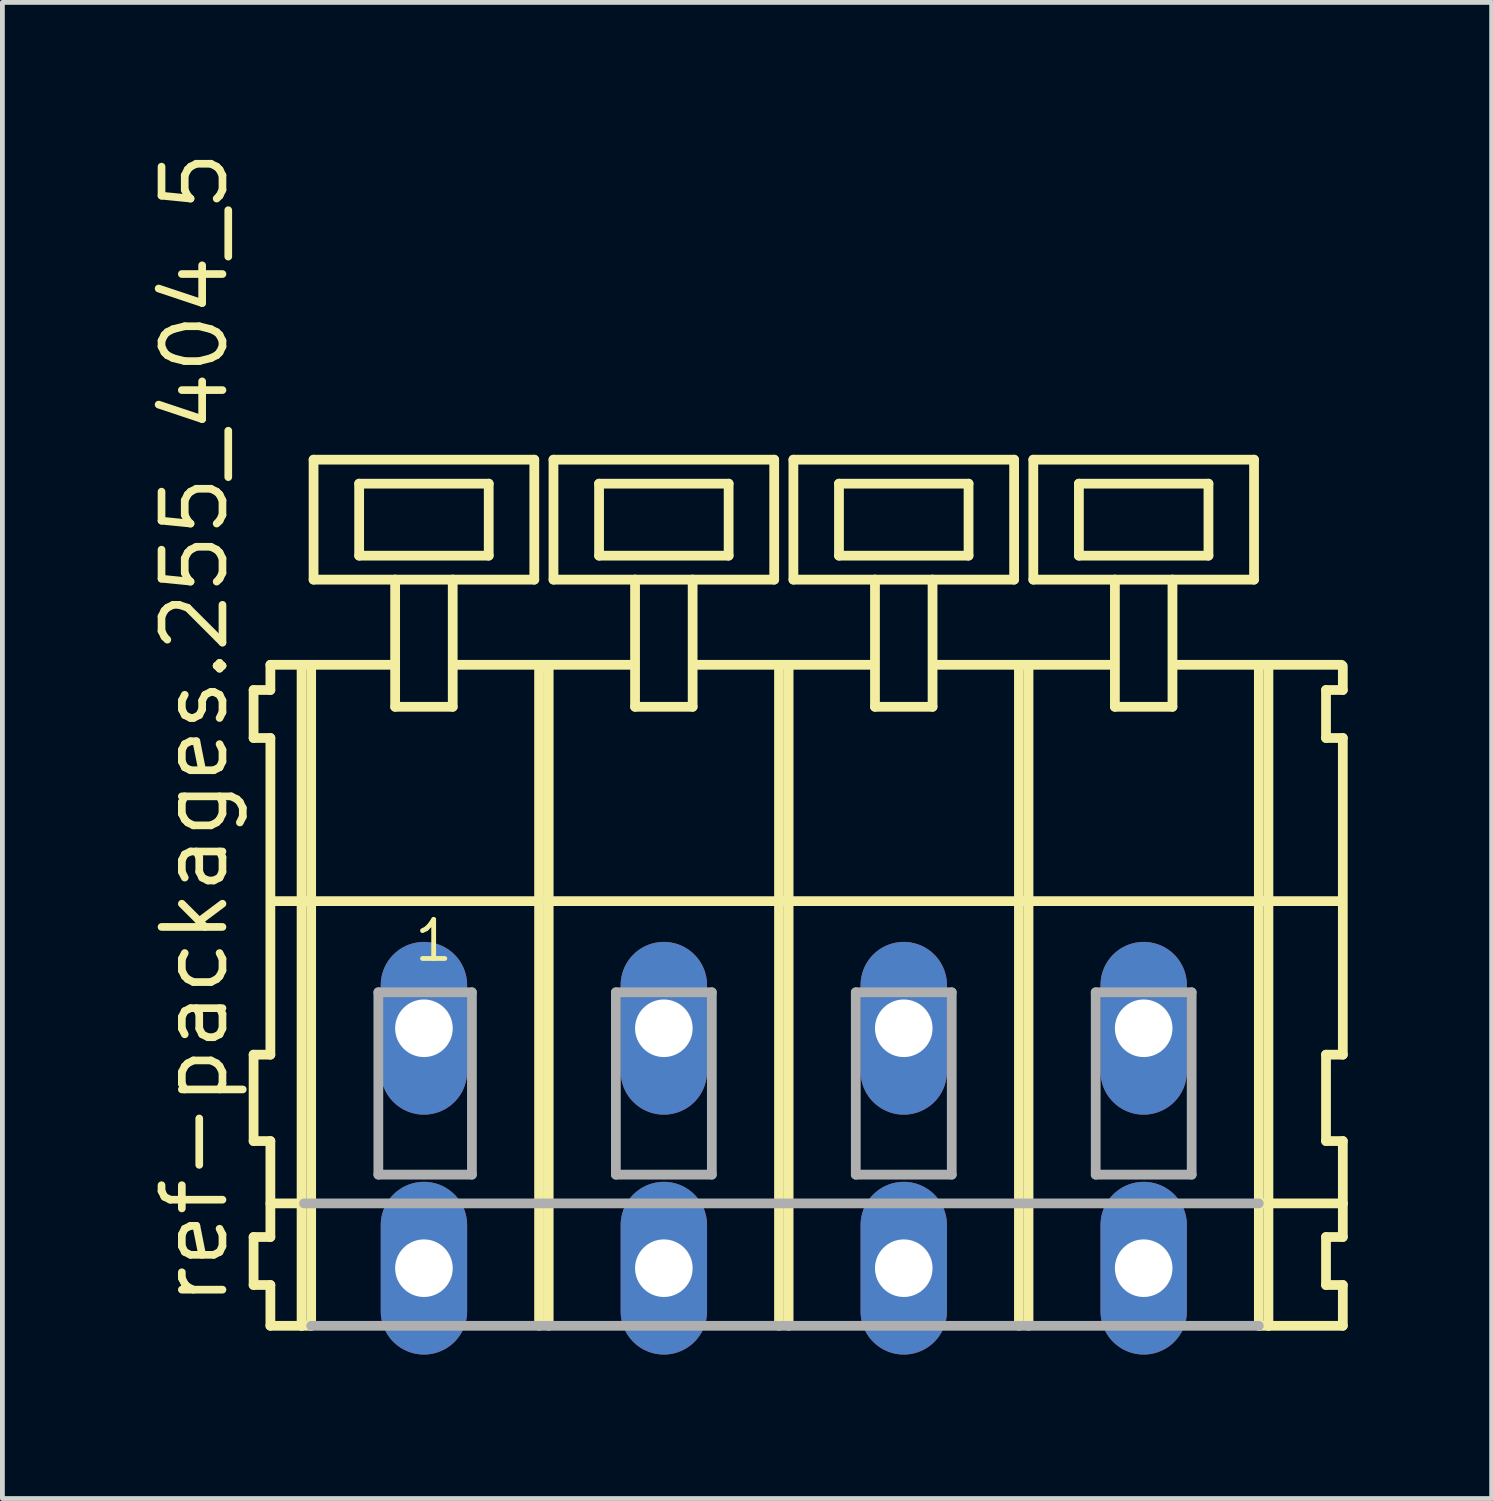
<source format=kicad_pcb>
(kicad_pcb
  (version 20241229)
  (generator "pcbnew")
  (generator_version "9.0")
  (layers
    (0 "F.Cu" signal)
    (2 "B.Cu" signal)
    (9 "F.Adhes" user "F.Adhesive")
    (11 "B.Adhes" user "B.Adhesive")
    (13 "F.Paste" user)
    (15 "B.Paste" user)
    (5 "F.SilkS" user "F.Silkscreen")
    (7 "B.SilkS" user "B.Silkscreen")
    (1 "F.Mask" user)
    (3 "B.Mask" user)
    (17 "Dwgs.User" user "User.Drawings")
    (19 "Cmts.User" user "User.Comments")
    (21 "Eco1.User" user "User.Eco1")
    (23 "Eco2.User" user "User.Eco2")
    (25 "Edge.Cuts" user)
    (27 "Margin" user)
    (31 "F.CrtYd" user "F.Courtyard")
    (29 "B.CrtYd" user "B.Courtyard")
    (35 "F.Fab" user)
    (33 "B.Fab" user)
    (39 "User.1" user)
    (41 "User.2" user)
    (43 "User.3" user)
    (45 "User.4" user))
  (footprint "ref-packages.255_404_5"
    (layer "F.Cu")
    (at 13.285 18.38)
    (property "Reference" "ref-packages.255_404_5" (at -11.535 5.855 90) (layer "F.SilkS") (effects (font (size 1.27 1.27) (thickness 0.16)) (justify left bottom)))
    (attr through_hole)
    (fp_line (start -11.05 -7.05) (end -11.05 -6.05) (stroke (width 0.203) (type default)) (layer "F.SilkS"))
    (fp_line (start -11.05 -6.05) (end -10.7 -6.05) (stroke (width 0.203) (type default)) (layer "F.SilkS"))
    (fp_line (start -11.05 0.55) (end -11.05 2.35) (stroke (width 0.203) (type default)) (layer "F.SilkS"))
    (fp_line (start -11.05 2.35) (end -10.7 2.35) (stroke (width 0.203) (type default)) (layer "F.SilkS"))
    (fp_line (start -11.05 4.35) (end -11.05 5.35) (stroke (width 0.203) (type default)) (layer "F.SilkS"))
    (fp_line (start -11.05 5.35) (end -10.7 5.35) (stroke (width 0.203) (type default)) (layer "F.SilkS"))
    (fp_line (start -10.7 -7.575) (end -10.7 -7.05) (stroke (width 0.203) (type default)) (layer "F.SilkS"))
    (fp_line (start -10.7 -7.575) (end -8.125 -7.575) (stroke (width 0.203) (type default)) (layer "F.SilkS"))
    (fp_line (start -10.7 -7.05) (end -11.05 -7.05) (stroke (width 0.203) (type default)) (layer "F.SilkS"))
    (fp_line (start -10.7 -6.05) (end -10.7 0.55) (stroke (width 0.203) (type default)) (layer "F.SilkS"))
    (fp_line (start -10.7 0.55) (end -11.05 0.55) (stroke (width 0.203) (type default)) (layer "F.SilkS"))
    (fp_line (start -10.7 2.35) (end -10.7 4.35) (stroke (width 0.203) (type default)) (layer "F.SilkS"))
    (fp_line (start -10.7 3.65) (end -10 3.65) (stroke (width 0.203) (type default)) (layer "F.SilkS"))
    (fp_line (start -10.7 4.35) (end -11.05 4.35) (stroke (width 0.203) (type default)) (layer "F.SilkS"))
    (fp_line (start -10.7 5.35) (end -10.7 6.2) (stroke (width 0.203) (type default)) (layer "F.SilkS"))
    (fp_line (start -10.7 6.2) (end -10.05 6.2) (stroke (width 0.203) (type default)) (layer "F.SilkS"))
    (fp_line (start -10.65 -2.65) (end -5.1 -2.65) (stroke (width 0.203) (type default)) (layer "F.SilkS"))
    (fp_line (start -10.05 -7.55) (end -10.05 6.2) (stroke (width 0.203) (type default)) (layer "F.SilkS"))
    (fp_line (start -10.05 6.2) (end -9.85 6.2) (stroke (width 0.203) (type default)) (layer "F.SilkS"))
    (fp_line (start -9.85 -7.55) (end -9.85 6.2) (stroke (width 0.203) (type default)) (layer "F.SilkS"))
    (fp_line (start -9.8 -11.85) (end -9.8 -9.35) (stroke (width 0.203) (type default)) (layer "F.SilkS"))
    (fp_line (start -9.8 -9.35) (end -8.1 -9.35) (stroke (width 0.203) (type default)) (layer "F.SilkS"))
    (fp_line (start -8.85 -11.35) (end -8.85 -9.85) (stroke (width 0.203) (type default)) (layer "F.SilkS"))
    (fp_line (start -8.85 -9.85) (end -6.15 -9.85) (stroke (width 0.203) (type default)) (layer "F.SilkS"))
    (fp_line (start -8.1 -9.35) (end -8.1 -6.7) (stroke (width 0.203) (type default)) (layer "F.SilkS"))
    (fp_line (start -8.1 -9.35) (end -6.9 -9.35) (stroke (width 0.203) (type default)) (layer "F.SilkS"))
    (fp_line (start -8.1 -6.7) (end -6.9 -6.7) (stroke (width 0.203) (type default)) (layer "F.SilkS"))
    (fp_line (start -6.9 -9.35) (end -5.2 -9.35) (stroke (width 0.203) (type default)) (layer "F.SilkS"))
    (fp_line (start -6.9 -6.7) (end -6.9 -9.35) (stroke (width 0.203) (type default)) (layer "F.SilkS"))
    (fp_line (start -6.825 -7.575) (end -3.125 -7.575) (stroke (width 0.203) (type default)) (layer "F.SilkS"))
    (fp_line (start -6.15 -11.35) (end -8.85 -11.35) (stroke (width 0.203) (type default)) (layer "F.SilkS"))
    (fp_line (start -6.15 -9.85) (end -6.15 -11.35) (stroke (width 0.203) (type default)) (layer "F.SilkS"))
    (fp_line (start -5.2 -11.85) (end -9.8 -11.85) (stroke (width 0.203) (type default)) (layer "F.SilkS"))
    (fp_line (start -5.2 -9.35) (end -5.2 -11.85) (stroke (width 0.203) (type default)) (layer "F.SilkS"))
    (fp_line (start -5.1 -7.55) (end -5.1 -2.65) (stroke (width 0.203) (type default)) (layer "F.SilkS"))
    (fp_line (start -5.1 -2.65) (end -5.1 6.2) (stroke (width 0.203) (type default)) (layer "F.SilkS"))
    (fp_line (start -4.9 -7.55) (end -4.9 -2.65) (stroke (width 0.203) (type default)) (layer "F.SilkS"))
    (fp_line (start -4.9 -2.65) (end -4.9 6.2) (stroke (width 0.203) (type default)) (layer "F.SilkS"))
    (fp_line (start -4.9 -2.65) (end -0.1 -2.65) (stroke (width 0.203) (type default)) (layer "F.SilkS"))
    (fp_line (start -4.8 -11.85) (end -4.8 -9.35) (stroke (width 0.203) (type default)) (layer "F.SilkS"))
    (fp_line (start -4.8 -9.35) (end -3.1 -9.35) (stroke (width 0.203) (type default)) (layer "F.SilkS"))
    (fp_line (start -3.85 -11.35) (end -3.85 -9.85) (stroke (width 0.203) (type default)) (layer "F.SilkS"))
    (fp_line (start -3.85 -9.85) (end -1.15 -9.85) (stroke (width 0.203) (type default)) (layer "F.SilkS"))
    (fp_line (start -3.1 -9.35) (end -3.1 -6.7) (stroke (width 0.203) (type default)) (layer "F.SilkS"))
    (fp_line (start -3.1 -9.35) (end -1.9 -9.35) (stroke (width 0.203) (type default)) (layer "F.SilkS"))
    (fp_line (start -3.1 -6.7) (end -1.9 -6.7) (stroke (width 0.203) (type default)) (layer "F.SilkS"))
    (fp_line (start -1.9 -9.35) (end -0.2 -9.35) (stroke (width 0.203) (type default)) (layer "F.SilkS"))
    (fp_line (start -1.9 -6.7) (end -1.9 -9.35) (stroke (width 0.203) (type default)) (layer "F.SilkS"))
    (fp_line (start -1.875 -7.575) (end 1.875 -7.575) (stroke (width 0.203) (type default)) (layer "F.SilkS"))
    (fp_line (start -1.15 -11.35) (end -3.85 -11.35) (stroke (width 0.203) (type default)) (layer "F.SilkS"))
    (fp_line (start -1.15 -9.85) (end -1.15 -11.35) (stroke (width 0.203) (type default)) (layer "F.SilkS"))
    (fp_line (start -0.2 -11.85) (end -4.8 -11.85) (stroke (width 0.203) (type default)) (layer "F.SilkS"))
    (fp_line (start -0.2 -9.35) (end -0.2 -11.85) (stroke (width 0.203) (type default)) (layer "F.SilkS"))
    (fp_line (start -0.1 -7.55) (end -0.1 -2.65) (stroke (width 0.203) (type default)) (layer "F.SilkS"))
    (fp_line (start -0.1 -2.65) (end -0.1 6.2) (stroke (width 0.203) (type default)) (layer "F.SilkS"))
    (fp_line (start -0.1 -2.65) (end 0.1 -2.65) (stroke (width 0.203) (type default)) (layer "F.SilkS"))
    (fp_line (start 0.1 -7.55) (end 0.1 -2.65) (stroke (width 0.203) (type default)) (layer "F.SilkS"))
    (fp_line (start 0.1 -2.65) (end 0.1 6.2) (stroke (width 0.203) (type default)) (layer "F.SilkS"))
    (fp_line (start 0.1 -2.65) (end 4.9 -2.65) (stroke (width 0.203) (type default)) (layer "F.SilkS"))
    (fp_line (start 0.2 -11.85) (end 0.2 -9.35) (stroke (width 0.203) (type default)) (layer "F.SilkS"))
    (fp_line (start 0.2 -9.35) (end 1.9 -9.35) (stroke (width 0.203) (type default)) (layer "F.SilkS"))
    (fp_line (start 1.15 -11.35) (end 1.15 -9.85) (stroke (width 0.203) (type default)) (layer "F.SilkS"))
    (fp_line (start 1.15 -9.85) (end 3.85 -9.85) (stroke (width 0.203) (type default)) (layer "F.SilkS"))
    (fp_line (start 1.9 -9.35) (end 1.9 -6.7) (stroke (width 0.203) (type default)) (layer "F.SilkS"))
    (fp_line (start 1.9 -9.35) (end 3.1 -9.35) (stroke (width 0.203) (type default)) (layer "F.SilkS"))
    (fp_line (start 1.9 -6.7) (end 3.1 -6.7) (stroke (width 0.203) (type default)) (layer "F.SilkS"))
    (fp_line (start 3.1 -9.35) (end 4.8 -9.35) (stroke (width 0.203) (type default)) (layer "F.SilkS"))
    (fp_line (start 3.1 -6.7) (end 3.1 -9.35) (stroke (width 0.203) (type default)) (layer "F.SilkS"))
    (fp_line (start 3.125 -7.575) (end 6.875 -7.575) (stroke (width 0.203) (type default)) (layer "F.SilkS"))
    (fp_line (start 3.85 -11.35) (end 1.15 -11.35) (stroke (width 0.203) (type default)) (layer "F.SilkS"))
    (fp_line (start 3.85 -9.85) (end 3.85 -11.35) (stroke (width 0.203) (type default)) (layer "F.SilkS"))
    (fp_line (start 4.8 -11.85) (end 0.2 -11.85) (stroke (width 0.203) (type default)) (layer "F.SilkS"))
    (fp_line (start 4.8 -9.35) (end 4.8 -11.85) (stroke (width 0.203) (type default)) (layer "F.SilkS"))
    (fp_line (start 4.9 -7.55) (end 4.9 -2.65) (stroke (width 0.203) (type default)) (layer "F.SilkS"))
    (fp_line (start 4.9 -2.65) (end 4.9 6.2) (stroke (width 0.203) (type default)) (layer "F.SilkS"))
    (fp_line (start 4.9 -2.65) (end 5.1 -2.65) (stroke (width 0.203) (type default)) (layer "F.SilkS"))
    (fp_line (start 4.9 -2.65) (end 9.9 -2.65) (stroke (width 0.203) (type default)) (layer "F.SilkS"))
    (fp_line (start 5.1 -7.55) (end 5.1 -2.65) (stroke (width 0.203) (type default)) (layer "F.SilkS"))
    (fp_line (start 5.1 -2.65) (end 5.1 6.2) (stroke (width 0.203) (type default)) (layer "F.SilkS"))
    (fp_line (start 5.2 -11.85) (end 5.2 -9.35) (stroke (width 0.203) (type default)) (layer "F.SilkS"))
    (fp_line (start 5.2 -9.35) (end 6.9 -9.35) (stroke (width 0.203) (type default)) (layer "F.SilkS"))
    (fp_line (start 6.15 -11.35) (end 6.15 -9.85) (stroke (width 0.203) (type default)) (layer "F.SilkS"))
    (fp_line (start 6.15 -9.85) (end 8.85 -9.85) (stroke (width 0.203) (type default)) (layer "F.SilkS"))
    (fp_line (start 6.9 -9.35) (end 6.9 -6.7) (stroke (width 0.203) (type default)) (layer "F.SilkS"))
    (fp_line (start 6.9 -9.35) (end 8.1 -9.35) (stroke (width 0.203) (type default)) (layer "F.SilkS"))
    (fp_line (start 6.9 -6.7) (end 8.1 -6.7) (stroke (width 0.203) (type default)) (layer "F.SilkS"))
    (fp_line (start 8.1 -9.35) (end 9.8 -9.35) (stroke (width 0.203) (type default)) (layer "F.SilkS"))
    (fp_line (start 8.1 -6.7) (end 8.1 -9.35) (stroke (width 0.203) (type default)) (layer "F.SilkS"))
    (fp_line (start 8.125 -7.575) (end 11.625 -7.575) (stroke (width 0.203) (type default)) (layer "F.SilkS"))
    (fp_line (start 8.85 -11.35) (end 6.15 -11.35) (stroke (width 0.203) (type default)) (layer "F.SilkS"))
    (fp_line (start 8.85 -9.85) (end 8.85 -11.35) (stroke (width 0.203) (type default)) (layer "F.SilkS"))
    (fp_line (start 9.8 -11.85) (end 5.2 -11.85) (stroke (width 0.203) (type default)) (layer "F.SilkS"))
    (fp_line (start 9.8 -9.35) (end 9.8 -11.85) (stroke (width 0.203) (type default)) (layer "F.SilkS"))
    (fp_line (start 9.9 -7.55) (end 9.9 -2.65) (stroke (width 0.203) (type default)) (layer "F.SilkS"))
    (fp_line (start 9.9 -2.65) (end 9.9 6.2) (stroke (width 0.203) (type default)) (layer "F.SilkS"))
    (fp_line (start 9.9 -2.65) (end 10.1 -2.65) (stroke (width 0.203) (type default)) (layer "F.SilkS"))
    (fp_line (start 9.9 6.2) (end 10.1 6.2) (stroke (width 0.203) (type default)) (layer "F.SilkS"))
    (fp_line (start 9.95 3.65) (end 11.65 3.65) (stroke (width 0.203) (type default)) (layer "F.SilkS"))
    (fp_line (start 10.1 -7.55) (end 10.1 -2.65) (stroke (width 0.203) (type default)) (layer "F.SilkS"))
    (fp_line (start 10.1 -2.65) (end 10.1 6.2) (stroke (width 0.203) (type default)) (layer "F.SilkS"))
    (fp_line (start 10.1 -2.65) (end 11.6 -2.65) (stroke (width 0.203) (type default)) (layer "F.SilkS"))
    (fp_line (start 10.1 6.2) (end 11.65 6.2) (stroke (width 0.203) (type default)) (layer "F.SilkS"))
    (fp_line (start 11.3 -7.05) (end 11.3 -6.05) (stroke (width 0.203) (type default)) (layer "F.SilkS"))
    (fp_line (start 11.3 -6.05) (end 11.65 -6.05) (stroke (width 0.203) (type default)) (layer "F.SilkS"))
    (fp_line (start 11.3 0.55) (end 11.3 2.35) (stroke (width 0.203) (type default)) (layer "F.SilkS"))
    (fp_line (start 11.3 2.35) (end 11.65 2.35) (stroke (width 0.203) (type default)) (layer "F.SilkS"))
    (fp_line (start 11.3 4.35) (end 11.3 5.35) (stroke (width 0.203) (type default)) (layer "F.SilkS"))
    (fp_line (start 11.3 5.35) (end 11.65 5.35) (stroke (width 0.203) (type default)) (layer "F.SilkS"))
    (fp_line (start 11.65 -7.05) (end 11.3 -7.05) (stroke (width 0.203) (type default)) (layer "F.SilkS"))
    (fp_line (start 11.65 -7.05) (end 11.65 -7.55) (stroke (width 0.203) (type default)) (layer "F.SilkS"))
    (fp_line (start 11.65 0.55) (end 11.3 0.55) (stroke (width 0.203) (type default)) (layer "F.SilkS"))
    (fp_line (start 11.65 0.55) (end 11.65 -6.05) (stroke (width 0.203) (type default)) (layer "F.SilkS"))
    (fp_line (start 11.65 3.65) (end 11.65 2.35) (stroke (width 0.203) (type default)) (layer "F.SilkS"))
    (fp_line (start 11.65 4.35) (end 11.3 4.35) (stroke (width 0.203) (type default)) (layer "F.SilkS"))
    (fp_line (start 11.65 4.35) (end 11.65 3.65) (stroke (width 0.203) (type default)) (layer "F.SilkS"))
    (fp_line (start 11.65 6.2) (end 11.65 5.35) (stroke (width 0.203) (type default)) (layer "F.SilkS"))
    (fp_line (start -10 3.65) (end 9.9 3.65) (stroke (width 0.203) (type default)) (layer "F.Fab"))
    (fp_line (start -9.85 6.2) (end 9.9 6.2) (stroke (width 0.203) (type default)) (layer "F.Fab"))
    (fp_line (start -8.45 -0.75) (end -8.45 3.05) (stroke (width 0.203) (type default)) (layer "F.Fab"))
    (fp_line (start -8.45 3.05) (end -6.5 3.05) (stroke (width 0.203) (type default)) (layer "F.Fab"))
    (fp_line (start -6.5 -0.75) (end -8.45 -0.75) (stroke (width 0.203) (type default)) (layer "F.Fab"))
    (fp_line (start -6.5 3.05) (end -6.5 -0.75) (stroke (width 0.203) (type default)) (layer "F.Fab"))
    (fp_line (start -3.5 -0.75) (end -3.5 3.05) (stroke (width 0.203) (type default)) (layer "F.Fab"))
    (fp_line (start -3.5 3.05) (end -1.5 3.05) (stroke (width 0.203) (type default)) (layer "F.Fab"))
    (fp_line (start -1.5 -0.75) (end -3.5 -0.75) (stroke (width 0.203) (type default)) (layer "F.Fab"))
    (fp_line (start -1.5 3.05) (end -1.5 -0.75) (stroke (width 0.203) (type default)) (layer "F.Fab"))
    (fp_line (start 1.5 -0.75) (end 1.5 3.05) (stroke (width 0.203) (type default)) (layer "F.Fab"))
    (fp_line (start 1.5 3.05) (end 3.5 3.05) (stroke (width 0.203) (type default)) (layer "F.Fab"))
    (fp_line (start 3.5 -0.75) (end 1.5 -0.75) (stroke (width 0.203) (type default)) (layer "F.Fab"))
    (fp_line (start 3.5 3.05) (end 3.5 -0.75) (stroke (width 0.203) (type default)) (layer "F.Fab"))
    (fp_line (start 6.5 -0.75) (end 6.5 3.05) (stroke (width 0.203) (type default)) (layer "F.Fab"))
    (fp_line (start 6.5 3.05) (end 8.5 3.05) (stroke (width 0.203) (type default)) (layer "F.Fab"))
    (fp_line (start 8.5 -0.75) (end 6.5 -0.75) (stroke (width 0.203) (type default)) (layer "F.Fab"))
    (fp_line (start 8.5 3.05) (end 8.5 -0.75) (stroke (width 0.203) (type default)) (layer "F.Fab"))
    (fp_text user "1" (at -7.75 -1.35 0) (layer "F.SilkS") (effects (font (size 0.813 0.813) (thickness 0.1)) (justify left bottom)))
    (pad "A1" thru_hole oval (at -7.5 0 90) (size 3.6 1.8) (drill 1.2) (layers "*.Cu" "*.Mask"))
    (pad "A2" thru_hole oval (at -2.5 0 90) (size 3.6 1.8) (drill 1.2) (layers "*.Cu" "*.Mask"))
    (pad "A3" thru_hole oval (at 2.5 0 90) (size 3.6 1.8) (drill 1.2) (layers "*.Cu" "*.Mask"))
    (pad "A4" thru_hole oval (at 7.5 0 90) (size 3.6 1.8) (drill 1.2) (layers "*.Cu" "*.Mask"))
    (pad "B1" thru_hole oval (at -7.5 5 90) (size 3.6 1.8) (drill 1.2) (layers "*.Cu" "*.Mask"))
    (pad "B2" thru_hole oval (at -2.5 5 90) (size 3.6 1.8) (drill 1.2) (layers "*.Cu" "*.Mask"))
    (pad "B3" thru_hole oval (at 2.5 5 90) (size 3.6 1.8) (drill 1.2) (layers "*.Cu" "*.Mask"))
    (pad "B4" thru_hole oval (at 7.5 5 90) (size 3.6 1.8) (drill 1.2) (layers "*.Cu" "*.Mask")))
  (gr_rect
    (start -3 -3)
    (end 28.037 28.18)
    (stroke (width 0.1) (type default))
    (fill no)
    (layer "Edge.Cuts")))
</source>
